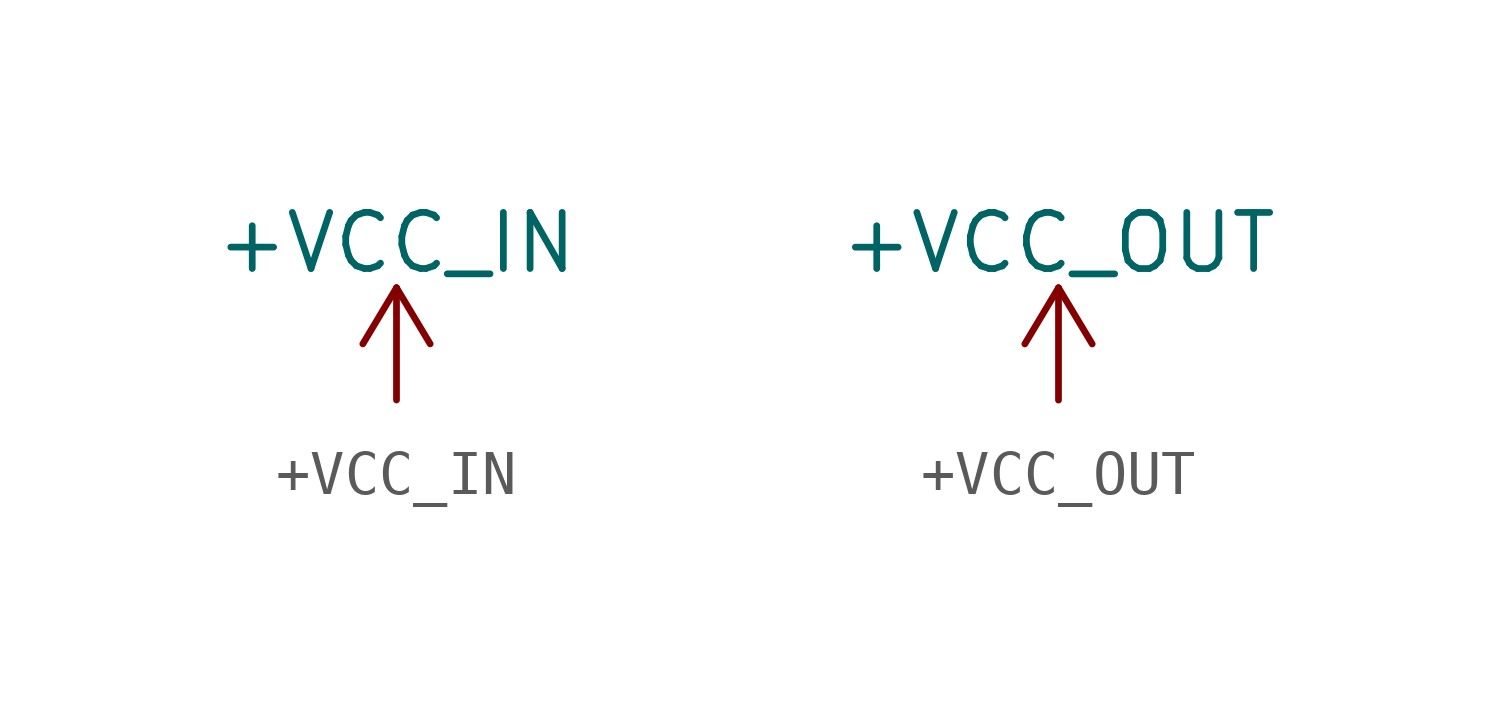
<source format=kicad_sym>
(kicad_symbol_lib
  (version 20220914)
  (generator kicad_symbol_editor)
  (symbol "+VCC_IN"
    (power)
    (pin_names
      (offset 0))
    (property "Reference" "#PWR"
      (at 0 -3.81 0)
      (effects (font (size 1.27 1.27)) hide))
    (property "Value" "+VCC_IN"
      (at 0 3.556 0)
      (effects (font (size 1.27 1.27))))
    (symbol "+VCC_IN_0_1"
      (polyline (pts (xy -0.762 1.27) (xy 0 2.54)) (stroke (width 0) (type default)) (fill (type none)))
      (polyline (pts (xy 0 0) (xy 0 2.54)) (stroke (width 0) (type default)) (fill (type none)))
      (polyline (pts (xy 0 2.54) (xy 0.762 1.27)) (stroke (width 0) (type default)) (fill (type none))))
    (symbol "+VCC_IN_1_1"
      (pin power_in line (at 0 0 90) (length 0) hide (name "+VCC_IN" (effects (font (size 1.27 1.27)))) (number "1" (effects (font (size 1.27 1.27)))))))
  (symbol "+VCC_OUT"
    (power)
    (pin_names
      (offset 0))
    (property "Reference" "#PWR"
      (at 0 -3.81 0)
      (effects (font (size 1.27 1.27)) hide))
    (property "Value" "+VCC_OUT"
      (at 0 3.556 0)
      (effects (font (size 1.27 1.27))))
    (symbol "+VCC_OUT_0_1"
      (polyline (pts (xy -0.762 1.27) (xy 0 2.54)) (stroke (width 0) (type default)) (fill (type none)))
      (polyline (pts (xy 0 0) (xy 0 2.54)) (stroke (width 0) (type default)) (fill (type none)))
      (polyline (pts (xy 0 2.54) (xy 0.762 1.27)) (stroke (width 0) (type default)) (fill (type none))))
    (symbol "+VCC_OUT_1_1"
      (pin power_in line (at 0 0 90) (length 0) hide (name "+VCC_OUT" (effects (font (size 1.27 1.27)))) (number "1" (effects (font (size 1.27 1.27))))))))
</source>
